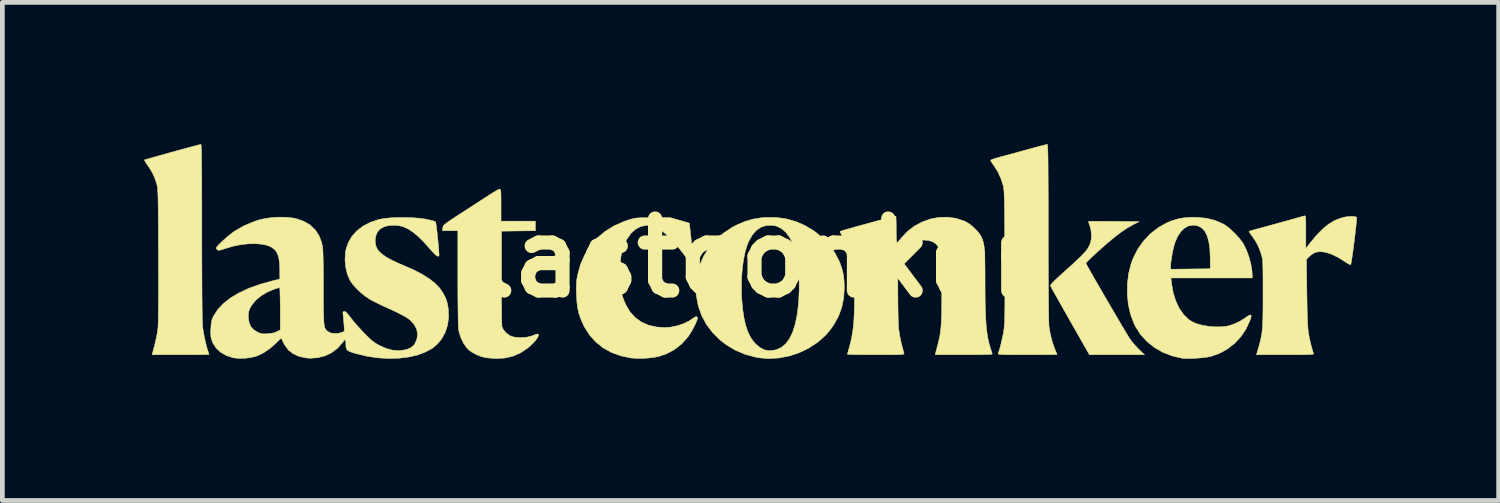
<source format=kicad_pcb>
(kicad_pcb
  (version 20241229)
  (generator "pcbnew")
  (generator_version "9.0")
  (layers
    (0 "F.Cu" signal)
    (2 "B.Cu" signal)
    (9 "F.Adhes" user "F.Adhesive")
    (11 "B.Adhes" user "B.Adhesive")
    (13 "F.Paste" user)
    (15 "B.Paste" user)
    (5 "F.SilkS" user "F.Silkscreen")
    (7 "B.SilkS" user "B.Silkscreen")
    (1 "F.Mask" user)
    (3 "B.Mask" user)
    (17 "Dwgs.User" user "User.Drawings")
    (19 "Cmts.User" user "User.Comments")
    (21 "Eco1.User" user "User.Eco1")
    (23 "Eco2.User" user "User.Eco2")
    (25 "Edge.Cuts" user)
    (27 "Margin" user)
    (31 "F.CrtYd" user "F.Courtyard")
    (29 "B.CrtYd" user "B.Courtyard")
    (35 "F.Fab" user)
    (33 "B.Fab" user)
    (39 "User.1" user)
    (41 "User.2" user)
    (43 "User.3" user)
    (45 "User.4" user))
  (footprint "lastconker"
    (layer "F.Cu")
    (at 12.957 2.41)
    (property "Reference" "lastconker" (at 0 0 0) (layer "F.SilkS") (effects (font (size 1.524 1.524) (thickness 0.3))))
    (attr through_hole)
    (fp_poly (pts (xy 7.378 -0.776) (xy 7.504 -0.775) (xy 7.571 -0.775) (xy 8.103 -0.77) (xy 7.963 -0.697) (xy 7.85 -0.633) (xy 7.731 -0.553) (xy 7.601 -0.454) (xy 7.454 -0.334) (xy 7.391 -0.279) (xy 7.309 -0.206) (xy 7.228 -0.134) (xy 7.152 -0.064) (xy 7.085 -0.001) (xy 7.031 0.051) (xy 6.994 0.089) (xy 6.977 0.108) (xy 6.977 0.11) (xy 6.985 0.128) (xy 7.008 0.171) (xy 7.045 0.237) (xy 7.094 0.323) (xy 7.152 0.425) (xy 7.218 0.539) (xy 7.29 0.663) (xy 7.366 0.794) (xy 7.443 0.927) (xy 7.521 1.061) (xy 7.597 1.19) (xy 7.67 1.314) (xy 7.736 1.427) (xy 7.796 1.527) (xy 7.846 1.61) (xy 7.884 1.674) (xy 7.91 1.714) (xy 7.913 1.719) (xy 7.958 1.778) (xy 8.017 1.848) (xy 8.08 1.916) (xy 8.099 1.935) (xy 8.218 2.049) (xy 7.635 2.049) (xy 7.053 2.049) (xy 6.646 1.335) (xy 6.565 1.192) (xy 6.489 1.057) (xy 6.419 0.934) (xy 6.358 0.825) (xy 6.306 0.733) (xy 6.266 0.662) (xy 6.24 0.614) (xy 6.229 0.592) (xy 6.228 0.591) (xy 6.23 0.578) (xy 6.245 0.555) (xy 6.275 0.52) (xy 6.323 0.473) (xy 6.39 0.409) (xy 6.479 0.328) (xy 6.58 0.237) (xy 6.702 0.127) (xy 6.801 0.035) (xy 6.88 -0.041) (xy 6.941 -0.105) (xy 6.987 -0.159) (xy 7.022 -0.208) (xy 7.048 -0.254) (xy 7.068 -0.3) (xy 7.072 -0.309) (xy 7.092 -0.401) (xy 7.095 -0.508) (xy 7.081 -0.615) (xy 7.062 -0.68) (xy 7.044 -0.729) (xy 7.034 -0.764) (xy 7.034 -0.774) (xy 7.051 -0.775) (xy 7.099 -0.776) (xy 7.172 -0.776) (xy 7.266 -0.777) (xy 7.378 -0.776)) (stroke (width 0.01) (type solid)) (fill yes) (layer "F.SilkS"))
    (fp_poly (pts (xy -5.421 -1.454) (xy -5.414 -1.444) (xy -5.408 -1.422) (xy -5.405 -1.384) (xy -5.403 -1.326) (xy -5.402 -1.242) (xy -5.402 -1.13) (xy -5.402 -1.118) (xy -5.402 -0.779) (xy -4.674 -0.779) (xy -4.674 -0.576) (xy -5.033 -0.572) (xy -5.393 -0.567) (xy -5.393 0.423) (xy -5.393 0.605) (xy -5.392 0.777) (xy -5.391 0.937) (xy -5.39 1.081) (xy -5.389 1.207) (xy -5.387 1.31) (xy -5.385 1.389) (xy -5.383 1.44) (xy -5.381 1.459) (xy -5.348 1.524) (xy -5.292 1.588) (xy -5.221 1.641) (xy -5.209 1.648) (xy -5.141 1.671) (xy -5.051 1.684) (xy -4.951 1.685) (xy -4.853 1.676) (xy -4.766 1.656) (xy -4.736 1.645) (xy -4.685 1.624) (xy -4.644 1.611) (xy -4.63 1.609) (xy -4.609 1.619) (xy -4.611 1.648) (xy -4.632 1.691) (xy -4.671 1.745) (xy -4.724 1.804) (xy -4.788 1.866) (xy -4.834 1.905) (xy -4.984 2.006) (xy -5.145 2.077) (xy -5.318 2.118) (xy -5.506 2.13) (xy -5.707 2.114) (xy -5.814 2.089) (xy -5.922 2.047) (xy -6.021 1.993) (xy -6.101 1.932) (xy -6.122 1.909) (xy -6.195 1.806) (xy -6.254 1.683) (xy -6.293 1.555) (xy -6.298 1.524) (xy -6.302 1.483) (xy -6.306 1.41) (xy -6.309 1.307) (xy -6.311 1.178) (xy -6.313 1.024) (xy -6.315 0.847) (xy -6.316 0.65) (xy -6.316 0.434) (xy -6.316 0.419) (xy -6.316 -0.576) (xy -6.478 -0.576) (xy -6.64 -0.576) (xy -6.635 -0.637) (xy -6.632 -0.655) (xy -6.626 -0.673) (xy -6.613 -0.691) (xy -6.591 -0.713) (xy -6.555 -0.741) (xy -6.502 -0.778) (xy -6.43 -0.827) (xy -6.335 -0.889) (xy -6.248 -0.946) (xy -6.078 -1.056) (xy -5.934 -1.149) (xy -5.815 -1.227) (xy -5.716 -1.29) (xy -5.637 -1.341) (xy -5.575 -1.38) (xy -5.527 -1.41) (xy -5.492 -1.43) (xy -5.467 -1.444) (xy -5.45 -1.452) (xy -5.439 -1.455) (xy -5.431 -1.456) (xy -5.421 -1.454)) (stroke (width 0.01) (type solid)) (fill yes) (layer "F.SilkS"))
    (fp_poly (pts (xy -11.751 -2.396) (xy -11.748 -2.37) (xy -11.746 -2.324) (xy -11.743 -2.258) (xy -11.741 -2.17) (xy -11.74 -2.058) (xy -11.738 -1.922) (xy -11.737 -1.76) (xy -11.736 -1.571) (xy -11.736 -1.353) (xy -11.735 -1.105) (xy -11.735 -0.826) (xy -11.735 -0.535) (xy -11.735 -0.213) (xy -11.734 0.083) (xy -11.733 0.354) (xy -11.732 0.598) (xy -11.731 0.813) (xy -11.729 1) (xy -11.727 1.158) (xy -11.725 1.285) (xy -11.722 1.38) (xy -11.719 1.444) (xy -11.717 1.468) (xy -11.701 1.57) (xy -11.68 1.683) (xy -11.655 1.794) (xy -11.63 1.893) (xy -11.608 1.964) (xy -11.593 2.009) (xy -11.583 2.038) (xy -11.582 2.043) (xy -11.599 2.044) (xy -11.645 2.045) (xy -11.718 2.047) (xy -11.813 2.048) (xy -11.927 2.048) (xy -12.055 2.049) (xy -12.186 2.049) (xy -12.789 2.049) (xy -12.778 2.011) (xy -12.731 1.836) (xy -12.697 1.688) (xy -12.673 1.559) (xy -12.665 1.491) (xy -12.661 1.44) (xy -12.658 1.358) (xy -12.656 1.243) (xy -12.654 1.099) (xy -12.653 0.926) (xy -12.652 0.725) (xy -12.652 0.498) (xy -12.652 0.246) (xy -12.653 -0.03) (xy -12.653 -0.068) (xy -12.654 -0.318) (xy -12.655 -0.536) (xy -12.656 -0.725) (xy -12.657 -0.888) (xy -12.658 -1.026) (xy -12.66 -1.141) (xy -12.661 -1.237) (xy -12.663 -1.316) (xy -12.666 -1.379) (xy -12.669 -1.43) (xy -12.672 -1.47) (xy -12.676 -1.502) (xy -12.681 -1.529) (xy -12.686 -1.552) (xy -12.692 -1.574) (xy -12.697 -1.589) (xy -12.734 -1.698) (xy -12.775 -1.79) (xy -12.827 -1.881) (xy -12.882 -1.961) (xy -12.917 -2.012) (xy -12.941 -2.052) (xy -12.951 -2.073) (xy -12.951 -2.074) (xy -12.934 -2.08) (xy -12.888 -2.094) (xy -12.819 -2.114) (xy -12.73 -2.139) (xy -12.626 -2.168) (xy -12.513 -2.2) (xy -12.393 -2.233) (xy -12.271 -2.267) (xy -12.153 -2.299) (xy -12.042 -2.329) (xy -11.943 -2.356) (xy -11.86 -2.378) (xy -11.799 -2.394) (xy -11.762 -2.403) (xy -11.754 -2.405) (xy -11.751 -2.396)) (stroke (width 0.01) (type solid)) (fill yes) (layer "F.SilkS"))
    (fp_poly (pts (xy 0.442 -0.856) (xy 0.65 -0.825) (xy 0.852 -0.765) (xy 1.024 -0.69) (xy 1.217 -0.576) (xy 1.39 -0.439) (xy 1.54 -0.282) (xy 1.666 -0.107) (xy 1.762 0.081) (xy 1.776 0.115) (xy 1.818 0.242) (xy 1.846 0.365) (xy 1.86 0.498) (xy 1.864 0.632) (xy 1.851 0.85) (xy 1.809 1.051) (xy 1.739 1.239) (xy 1.643 1.411) (xy 1.556 1.534) (xy 1.468 1.635) (xy 1.368 1.728) (xy 1.282 1.797) (xy 1.099 1.916) (xy 0.899 2.01) (xy 0.689 2.078) (xy 0.473 2.118) (xy 0.257 2.13) (xy 0.047 2.112) (xy -0.008 2.101) (xy -0.233 2.041) (xy -0.437 1.955) (xy -0.628 1.842) (xy -0.763 1.738) (xy -0.921 1.583) (xy -1.052 1.41) (xy -1.155 1.219) (xy -1.227 1.014) (xy -1.268 0.796) (xy -1.268 0.793) (xy -1.275 0.609) (xy -0.314 0.609) (xy -0.31 0.812) (xy -0.305 0.887) (xy -0.285 1.099) (xy -0.257 1.281) (xy -0.221 1.437) (xy -0.175 1.569) (xy -0.119 1.681) (xy -0.051 1.777) (xy -0.01 1.822) (xy 0.085 1.901) (xy 0.181 1.948) (xy 0.282 1.964) (xy 0.394 1.95) (xy 0.43 1.94) (xy 0.535 1.892) (xy 0.627 1.815) (xy 0.705 1.708) (xy 0.771 1.571) (xy 0.824 1.403) (xy 0.865 1.205) (xy 0.894 0.976) (xy 0.9 0.897) (xy 0.91 0.652) (xy 0.906 0.415) (xy 0.887 0.191) (xy 0.854 -0.015) (xy 0.809 -0.198) (xy 0.778 -0.288) (xy 0.711 -0.428) (xy 0.63 -0.54) (xy 0.537 -0.621) (xy 0.433 -0.673) (xy 0.337 -0.691) (xy 0.213 -0.686) (xy 0.103 -0.652) (xy 0.006 -0.588) (xy -0.078 -0.493) (xy -0.152 -0.367) (xy -0.193 -0.269) (xy -0.234 -0.133) (xy -0.268 0.029) (xy -0.293 0.211) (xy -0.309 0.407) (xy -0.314 0.609) (xy -1.275 0.609) (xy -1.277 0.572) (xy -1.253 0.359) (xy -1.198 0.155) (xy -1.113 -0.038) (xy -1 -0.217) (xy -0.86 -0.381) (xy -0.694 -0.526) (xy -0.503 -0.651) (xy -0.402 -0.703) (xy -0.232 -0.775) (xy -0.064 -0.823) (xy 0.115 -0.851) (xy 0.22 -0.858) (xy 0.442 -0.856)) (stroke (width 0.01) (type solid)) (fill yes) (layer "F.SilkS"))
    (fp_poly (pts (xy 9.347 -0.859) (xy 9.538 -0.839) (xy 9.71 -0.795) (xy 9.873 -0.725) (xy 9.906 -0.707) (xy 9.976 -0.659) (xy 10.057 -0.59) (xy 10.14 -0.51) (xy 10.218 -0.424) (xy 10.282 -0.343) (xy 10.31 -0.3) (xy 10.374 -0.172) (xy 10.428 -0.027) (xy 10.469 0.124) (xy 10.493 0.269) (xy 10.498 0.351) (xy 10.499 0.423) (xy 8.778 0.423) (xy 8.792 0.546) (xy 8.826 0.739) (xy 8.881 0.913) (xy 8.954 1.067) (xy 9.045 1.197) (xy 9.151 1.3) (xy 9.22 1.347) (xy 9.315 1.39) (xy 9.435 1.423) (xy 9.569 1.446) (xy 9.708 1.458) (xy 9.843 1.457) (xy 9.964 1.444) (xy 10.025 1.429) (xy 10.14 1.387) (xy 10.254 1.331) (xy 10.353 1.268) (xy 10.37 1.255) (xy 10.425 1.216) (xy 10.46 1.205) (xy 10.476 1.221) (xy 10.471 1.265) (xy 10.454 1.317) (xy 10.369 1.501) (xy 10.258 1.666) (xy 10.124 1.81) (xy 9.969 1.93) (xy 9.798 2.023) (xy 9.62 2.085) (xy 9.549 2.099) (xy 9.456 2.111) (xy 9.351 2.12) (xy 9.244 2.127) (xy 9.144 2.129) (xy 9.061 2.127) (xy 9.017 2.123) (xy 8.802 2.073) (xy 8.604 1.996) (xy 8.425 1.893) (xy 8.268 1.767) (xy 8.134 1.619) (xy 8.026 1.449) (xy 7.998 1.392) (xy 7.924 1.198) (xy 7.876 0.988) (xy 7.854 0.768) (xy 7.856 0.545) (xy 7.884 0.325) (xy 7.906 0.238) (xy 8.771 0.238) (xy 9.61 0.229) (xy 9.609 -0.008) (xy 9.601 -0.194) (xy 9.579 -0.35) (xy 9.542 -0.475) (xy 9.491 -0.572) (xy 9.424 -0.641) (xy 9.341 -0.681) (xy 9.244 -0.694) (xy 9.149 -0.678) (xy 9.061 -0.63) (xy 8.982 -0.552) (xy 8.914 -0.445) (xy 8.858 -0.312) (xy 8.858 -0.31) (xy 8.837 -0.236) (xy 8.816 -0.142) (xy 8.797 -0.041) (xy 8.782 0.056) (xy 8.773 0.138) (xy 8.772 0.174) (xy 8.771 0.238) (xy 7.906 0.238) (xy 7.937 0.115) (xy 7.978 0.006) (xy 8.075 -0.185) (xy 8.198 -0.359) (xy 8.344 -0.513) (xy 8.51 -0.642) (xy 8.691 -0.744) (xy 8.769 -0.777) (xy 8.91 -0.823) (xy 9.054 -0.85) (xy 9.211 -0.861) (xy 9.347 -0.859)) (stroke (width 0.01) (type solid)) (fill yes) (layer "F.SilkS"))
    (fp_poly (pts (xy -1.415 -0.737) (xy -1.377 -0.389) (xy -1.366 -0.28) (xy -1.355 -0.177) (xy -1.347 -0.087) (xy -1.341 -0.018) (xy -1.339 0.026) (xy -1.339 0.03) (xy -1.342 0.076) (xy -1.354 0.1) (xy -1.376 0.098) (xy -1.411 0.07) (xy -1.46 0.016) (xy -1.524 -0.065) (xy -1.541 -0.089) (xy -1.654 -0.232) (xy -1.767 -0.362) (xy -1.878 -0.473) (xy -1.981 -0.562) (xy -2.073 -0.626) (xy -2.104 -0.643) (xy -2.167 -0.672) (xy -2.216 -0.688) (xy -2.262 -0.693) (xy -2.321 -0.691) (xy -2.328 -0.69) (xy -2.448 -0.665) (xy -2.555 -0.609) (xy -2.65 -0.522) (xy -2.733 -0.404) (xy -2.77 -0.332) (xy -2.812 -0.233) (xy -2.843 -0.134) (xy -2.864 -0.028) (xy -2.877 0.094) (xy -2.883 0.237) (xy -2.884 0.313) (xy -2.881 0.473) (xy -2.872 0.607) (xy -2.854 0.723) (xy -2.826 0.83) (xy -2.786 0.934) (xy -2.758 0.996) (xy -2.671 1.142) (xy -2.562 1.262) (xy -2.433 1.355) (xy -2.283 1.422) (xy -2.114 1.461) (xy -1.94 1.473) (xy -1.803 1.463) (xy -1.662 1.433) (xy -1.529 1.387) (xy -1.411 1.328) (xy -1.34 1.278) (xy -1.295 1.249) (xy -1.261 1.243) (xy -1.243 1.259) (xy -1.245 1.291) (xy -1.275 1.368) (xy -1.318 1.46) (xy -1.37 1.554) (xy -1.423 1.639) (xy -1.446 1.671) (xy -1.577 1.818) (xy -1.729 1.937) (xy -1.898 2.028) (xy -2.063 2.085) (xy -2.168 2.105) (xy -2.292 2.119) (xy -2.424 2.126) (xy -2.55 2.125) (xy -2.654 2.117) (xy -2.87 2.071) (xy -3.067 1.999) (xy -3.243 1.901) (xy -3.397 1.777) (xy -3.529 1.63) (xy -3.638 1.458) (xy -3.667 1.398) (xy -3.717 1.281) (xy -3.754 1.173) (xy -3.779 1.062) (xy -3.795 0.941) (xy -3.804 0.797) (xy -3.805 0.77) (xy -3.808 0.659) (xy -3.807 0.572) (xy -3.803 0.498) (xy -3.794 0.429) (xy -3.78 0.355) (xy -3.718 0.132) (xy -3.627 -0.072) (xy -3.51 -0.257) (xy -3.367 -0.421) (xy -3.199 -0.562) (xy -3.007 -0.681) (xy -2.793 -0.775) (xy -2.698 -0.807) (xy -2.647 -0.822) (xy -2.602 -0.834) (xy -2.557 -0.842) (xy -2.506 -0.847) (xy -2.443 -0.851) (xy -2.362 -0.852) (xy -2.256 -0.853) (xy -2.184 -0.853) (xy -1.82 -0.854) (xy -1.415 -0.737)) (stroke (width 0.01) (type solid)) (fill yes) (layer "F.SilkS"))
    (fp_poly (pts (xy 6.164 -2.397) (xy 6.167 -2.372) (xy 6.17 -2.329) (xy 6.172 -2.266) (xy 6.174 -2.183) (xy 6.176 -2.077) (xy 6.177 -1.947) (xy 6.178 -1.792) (xy 6.179 -1.61) (xy 6.18 -1.4) (xy 6.181 -1.161) (xy 6.181 -0.891) (xy 6.181 -0.588) (xy 6.181 -0.538) (xy 6.181 -0.255) (xy 6.182 0.012) (xy 6.183 0.263) (xy 6.184 0.495) (xy 6.185 0.706) (xy 6.187 0.896) (xy 6.188 1.061) (xy 6.19 1.2) (xy 6.192 1.311) (xy 6.195 1.393) (xy 6.197 1.444) (xy 6.198 1.456) (xy 6.221 1.594) (xy 6.254 1.733) (xy 6.294 1.861) (xy 6.325 1.94) (xy 6.347 1.992) (xy 6.362 2.029) (xy 6.367 2.043) (xy 6.351 2.044) (xy 6.304 2.045) (xy 6.231 2.047) (xy 6.136 2.047) (xy 6.021 2.048) (xy 5.891 2.049) (xy 5.75 2.049) (xy 5.739 2.049) (xy 5.576 2.049) (xy 5.444 2.049) (xy 5.34 2.048) (xy 5.261 2.046) (xy 5.202 2.044) (xy 5.162 2.042) (xy 5.137 2.038) (xy 5.124 2.033) (xy 5.12 2.026) (xy 5.122 2.019) (xy 5.149 1.939) (xy 5.177 1.836) (xy 5.204 1.722) (xy 5.228 1.609) (xy 5.241 1.528) (xy 5.246 1.491) (xy 5.25 1.449) (xy 5.254 1.401) (xy 5.257 1.343) (xy 5.259 1.273) (xy 5.261 1.189) (xy 5.262 1.089) (xy 5.263 0.97) (xy 5.264 0.829) (xy 5.264 0.664) (xy 5.264 0.473) (xy 5.263 0.254) (xy 5.262 0.003) (xy 5.262 -0.034) (xy 5.261 -0.286) (xy 5.26 -0.507) (xy 5.258 -0.698) (xy 5.257 -0.863) (xy 5.256 -1.003) (xy 5.254 -1.12) (xy 5.252 -1.218) (xy 5.249 -1.298) (xy 5.247 -1.363) (xy 5.244 -1.415) (xy 5.24 -1.456) (xy 5.236 -1.489) (xy 5.231 -1.516) (xy 5.228 -1.531) (xy 5.18 -1.679) (xy 5.114 -1.824) (xy 5.034 -1.951) (xy 5.028 -1.959) (xy 4.994 -2.007) (xy 4.97 -2.045) (xy 4.961 -2.064) (xy 4.968 -2.073) (xy 4.988 -2.084) (xy 5.028 -2.098) (xy 5.089 -2.117) (xy 5.177 -2.141) (xy 5.275 -2.167) (xy 5.332 -2.183) (xy 5.415 -2.205) (xy 5.517 -2.233) (xy 5.629 -2.264) (xy 5.745 -2.295) (xy 5.775 -2.304) (xy 5.882 -2.333) (xy 5.978 -2.359) (xy 6.059 -2.38) (xy 6.119 -2.395) (xy 6.154 -2.404) (xy 6.161 -2.405) (xy 6.164 -2.397)) (stroke (width 0.01) (type solid)) (fill yes) (layer "F.SilkS"))
    (fp_poly (pts (xy 11.621 -0.885) (xy 11.626 -0.866) (xy 11.63 -0.831) (xy 11.632 -0.776) (xy 11.633 -0.697) (xy 11.633 -0.589) (xy 11.633 -0.55) (xy 11.633 -0.201) (xy 11.737 -0.333) (xy 11.867 -0.489) (xy 11.991 -0.614) (xy 12.111 -0.713) (xy 12.233 -0.787) (xy 12.359 -0.839) (xy 12.446 -0.863) (xy 12.517 -0.875) (xy 12.588 -0.88) (xy 12.649 -0.878) (xy 12.693 -0.87) (xy 12.71 -0.858) (xy 12.71 -0.835) (xy 12.706 -0.785) (xy 12.699 -0.711) (xy 12.689 -0.62) (xy 12.677 -0.516) (xy 12.664 -0.405) (xy 12.649 -0.292) (xy 12.635 -0.182) (xy 12.621 -0.08) (xy 12.608 0.008) (xy 12.597 0.078) (xy 12.588 0.124) (xy 12.583 0.141) (xy 12.564 0.138) (xy 12.525 0.119) (xy 12.474 0.088) (xy 12.461 0.079) (xy 12.315 -0.013) (xy 12.178 -0.079) (xy 12.054 -0.12) (xy 11.943 -0.134) (xy 11.848 -0.122) (xy 11.789 -0.095) (xy 11.739 -0.059) (xy 11.694 -0.019) (xy 11.686 -0.011) (xy 11.646 0.032) (xy 11.655 0.731) (xy 11.658 0.929) (xy 11.661 1.096) (xy 11.665 1.236) (xy 11.669 1.351) (xy 11.675 1.445) (xy 11.681 1.521) (xy 11.688 1.582) (xy 11.691 1.598) (xy 11.71 1.703) (xy 11.735 1.814) (xy 11.763 1.919) (xy 11.79 2.006) (xy 11.797 2.026) (xy 11.795 2.032) (xy 11.781 2.037) (xy 11.753 2.041) (xy 11.707 2.044) (xy 11.64 2.046) (xy 11.55 2.048) (xy 11.433 2.048) (xy 11.288 2.049) (xy 11.197 2.049) (xy 10.588 2.049) (xy 10.629 1.909) (xy 10.652 1.828) (xy 10.671 1.755) (xy 10.686 1.686) (xy 10.699 1.617) (xy 10.709 1.542) (xy 10.716 1.46) (xy 10.721 1.364) (xy 10.724 1.251) (xy 10.726 1.117) (xy 10.727 0.958) (xy 10.727 0.77) (xy 10.727 0.754) (xy 10.727 0.579) (xy 10.727 0.436) (xy 10.726 0.319) (xy 10.725 0.225) (xy 10.723 0.15) (xy 10.721 0.092) (xy 10.717 0.046) (xy 10.712 0.009) (xy 10.705 -0.022) (xy 10.697 -0.052) (xy 10.688 -0.084) (xy 10.688 -0.084) (xy 10.642 -0.213) (xy 10.589 -0.323) (xy 10.523 -0.426) (xy 10.5 -0.457) (xy 10.466 -0.505) (xy 10.441 -0.541) (xy 10.431 -0.559) (xy 10.431 -0.559) (xy 10.446 -0.568) (xy 10.486 -0.582) (xy 10.541 -0.598) (xy 10.545 -0.599) (xy 10.587 -0.61) (xy 10.655 -0.628) (xy 10.742 -0.652) (xy 10.845 -0.68) (xy 10.957 -0.711) (xy 11.075 -0.744) (xy 11.192 -0.776) (xy 11.304 -0.807) (xy 11.405 -0.835) (xy 11.491 -0.859) (xy 11.557 -0.878) (xy 11.597 -0.889) (xy 11.604 -0.891) (xy 11.614 -0.892) (xy 11.621 -0.885)) (stroke (width 0.01) (type solid)) (fill yes) (layer "F.SilkS"))
    (fp_poly (pts (xy 2.958 -0.864) (xy 2.96 -0.817) (xy 2.962 -0.748) (xy 2.963 -0.663) (xy 2.963 -0.598) (xy 2.964 -0.506) (xy 2.966 -0.426) (xy 2.97 -0.366) (xy 2.974 -0.33) (xy 2.977 -0.322) (xy 2.994 -0.334) (xy 3.025 -0.367) (xy 3.065 -0.414) (xy 3.079 -0.432) (xy 3.208 -0.567) (xy 3.356 -0.679) (xy 3.518 -0.765) (xy 3.69 -0.826) (xy 3.868 -0.859) (xy 4.048 -0.864) (xy 4.225 -0.839) (xy 4.396 -0.784) (xy 4.431 -0.768) (xy 4.507 -0.723) (xy 4.588 -0.658) (xy 4.665 -0.584) (xy 4.727 -0.509) (xy 4.756 -0.462) (xy 4.776 -0.419) (xy 4.793 -0.377) (xy 4.807 -0.331) (xy 4.818 -0.278) (xy 4.827 -0.214) (xy 4.833 -0.137) (xy 4.838 -0.041) (xy 4.84 0.075) (xy 4.842 0.217) (xy 4.843 0.387) (xy 4.843 0.491) (xy 4.844 0.732) (xy 4.846 0.942) (xy 4.851 1.125) (xy 4.858 1.284) (xy 4.867 1.422) (xy 4.879 1.543) (xy 4.894 1.649) (xy 4.912 1.745) (xy 4.934 1.832) (xy 4.959 1.915) (xy 4.963 1.926) (xy 4.98 1.979) (xy 4.992 2.019) (xy 4.995 2.035) (xy 4.979 2.038) (xy 4.933 2.041) (xy 4.86 2.044) (xy 4.765 2.046) (xy 4.651 2.048) (xy 4.522 2.049) (xy 4.392 2.049) (xy 3.789 2.049) (xy 3.797 2.011) (xy 3.805 1.979) (xy 3.82 1.923) (xy 3.838 1.853) (xy 3.85 1.808) (xy 3.869 1.731) (xy 3.885 1.655) (xy 3.898 1.574) (xy 3.908 1.486) (xy 3.916 1.386) (xy 3.921 1.271) (xy 3.925 1.138) (xy 3.926 0.982) (xy 3.927 0.799) (xy 3.926 0.587) (xy 3.925 0.574) (xy 3.92 -0.13) (xy 3.869 -0.213) (xy 3.813 -0.287) (xy 3.748 -0.337) (xy 3.667 -0.366) (xy 3.564 -0.378) (xy 3.519 -0.379) (xy 3.441 -0.377) (xy 3.384 -0.37) (xy 3.334 -0.356) (xy 3.277 -0.332) (xy 3.262 -0.324) (xy 3.191 -0.283) (xy 3.121 -0.232) (xy 3.075 -0.191) (xy 2.997 -0.113) (xy 2.997 0.613) (xy 2.998 0.774) (xy 2.999 0.93) (xy 3.001 1.078) (xy 3.003 1.212) (xy 3.006 1.327) (xy 3.01 1.42) (xy 3.013 1.485) (xy 3.015 1.504) (xy 3.037 1.647) (xy 3.073 1.814) (xy 3.122 1.998) (xy 3.128 2.019) (xy 3.128 2.027) (xy 3.123 2.033) (xy 3.108 2.038) (xy 3.081 2.042) (xy 3.038 2.045) (xy 2.977 2.047) (xy 2.893 2.048) (xy 2.784 2.049) (xy 2.647 2.049) (xy 2.534 2.049) (xy 2.394 2.049) (xy 2.267 2.048) (xy 2.154 2.046) (xy 2.06 2.045) (xy 1.989 2.043) (xy 1.945 2.04) (xy 1.93 2.038) (xy 1.935 2.017) (xy 1.947 1.974) (xy 1.963 1.917) (xy 1.964 1.915) (xy 1.998 1.787) (xy 2.026 1.654) (xy 2.048 1.513) (xy 2.064 1.359) (xy 2.074 1.186) (xy 2.079 0.992) (xy 2.08 0.772) (xy 2.078 0.617) (xy 2.076 0.467) (xy 2.073 0.347) (xy 2.069 0.25) (xy 2.065 0.174) (xy 2.06 0.112) (xy 2.053 0.061) (xy 2.045 0.015) (xy 2.034 -0.03) (xy 2.034 -0.031) (xy 1.977 -0.204) (xy 1.9 -0.361) (xy 1.827 -0.468) (xy 1.795 -0.512) (xy 1.776 -0.546) (xy 1.774 -0.561) (xy 1.794 -0.569) (xy 1.841 -0.584) (xy 1.911 -0.605) (xy 2.001 -0.63) (xy 2.104 -0.66) (xy 2.218 -0.691) (xy 2.337 -0.724) (xy 2.458 -0.757) (xy 2.574 -0.788) (xy 2.683 -0.817) (xy 2.78 -0.842) (xy 2.859 -0.863) (xy 2.917 -0.877) (xy 2.95 -0.883) (xy 2.955 -0.883) (xy 2.958 -0.864)) (stroke (width 0.01) (type solid)) (fill yes) (layer "F.SilkS"))
    (fp_poly (pts (xy -9.933 -0.86) (xy -9.796 -0.844) (xy -9.736 -0.832) (xy -9.579 -0.777) (xy -9.446 -0.699) (xy -9.338 -0.599) (xy -9.256 -0.476) (xy -9.2 -0.333) (xy -9.179 -0.237) (xy -9.175 -0.194) (xy -9.171 -0.12) (xy -9.168 -0.019) (xy -9.165 0.106) (xy -9.163 0.253) (xy -9.162 0.417) (xy -9.161 0.595) (xy -9.161 0.643) (xy -9.161 0.834) (xy -9.161 0.994) (xy -9.159 1.125) (xy -9.157 1.232) (xy -9.154 1.318) (xy -9.149 1.384) (xy -9.142 1.435) (xy -9.132 1.473) (xy -9.119 1.502) (xy -9.104 1.523) (xy -9.085 1.542) (xy -9.062 1.559) (xy -9.054 1.565) (xy -8.997 1.59) (xy -8.922 1.6) (xy -8.842 1.595) (xy -8.774 1.576) (xy -8.717 1.552) (xy -8.728 1.381) (xy -8.734 1.305) (xy -8.74 1.238) (xy -8.746 1.191) (xy -8.749 1.175) (xy -8.746 1.143) (xy -8.724 1.131) (xy -8.705 1.133) (xy -8.68 1.151) (xy -8.644 1.189) (xy -8.595 1.25) (xy -8.576 1.276) (xy -8.518 1.349) (xy -8.445 1.434) (xy -8.365 1.522) (xy -8.288 1.603) (xy -8.281 1.61) (xy -8.202 1.688) (xy -8.138 1.746) (xy -8.081 1.79) (xy -8.024 1.826) (xy -7.964 1.858) (xy -7.826 1.918) (xy -7.699 1.952) (xy -7.575 1.962) (xy -7.516 1.959) (xy -7.404 1.939) (xy -7.312 1.901) (xy -7.247 1.847) (xy -7.23 1.824) (xy -7.183 1.719) (xy -7.168 1.614) (xy -7.187 1.511) (xy -7.237 1.413) (xy -7.318 1.322) (xy -7.38 1.273) (xy -7.429 1.243) (xy -7.502 1.203) (xy -7.59 1.158) (xy -7.688 1.112) (xy -7.759 1.079) (xy -7.861 1.033) (xy -7.963 0.985) (xy -8.057 0.939) (xy -8.134 0.9) (xy -8.171 0.879) (xy -8.272 0.813) (xy -8.374 0.73) (xy -8.469 0.639) (xy -8.548 0.547) (xy -8.599 0.473) (xy -8.654 0.346) (xy -8.689 0.201) (xy -8.704 0.046) (xy -8.696 -0.107) (xy -8.685 -0.173) (xy -8.637 -0.32) (xy -8.56 -0.454) (xy -8.455 -0.572) (xy -8.325 -0.672) (xy -8.173 -0.752) (xy -7.999 -0.811) (xy -7.942 -0.824) (xy -7.839 -0.84) (xy -7.712 -0.851) (xy -7.569 -0.856) (xy -7.419 -0.856) (xy -7.271 -0.851) (xy -7.133 -0.841) (xy -7.014 -0.825) (xy -6.97 -0.817) (xy -6.898 -0.8) (xy -6.839 -0.785) (xy -6.8 -0.772) (xy -6.789 -0.767) (xy -6.783 -0.747) (xy -6.776 -0.699) (xy -6.766 -0.629) (xy -6.756 -0.545) (xy -6.746 -0.451) (xy -6.736 -0.355) (xy -6.728 -0.262) (xy -6.721 -0.178) (xy -6.716 -0.111) (xy -6.714 -0.065) (xy -6.716 -0.048) (xy -6.731 -0.035) (xy -6.755 -0.041) (xy -6.789 -0.066) (xy -6.837 -0.114) (xy -6.902 -0.187) (xy -6.908 -0.194) (xy -7.037 -0.338) (xy -7.154 -0.454) (xy -7.262 -0.545) (xy -7.363 -0.612) (xy -7.461 -0.657) (xy -7.56 -0.684) (xy -7.634 -0.692) (xy -7.768 -0.688) (xy -7.878 -0.661) (xy -7.963 -0.611) (xy -8.024 -0.54) (xy -8.058 -0.448) (xy -8.066 -0.363) (xy -8.059 -0.285) (xy -8.035 -0.214) (xy -7.992 -0.148) (xy -7.927 -0.085) (xy -7.838 -0.022) (xy -7.723 0.042) (xy -7.578 0.111) (xy -7.459 0.161) (xy -7.25 0.253) (xy -7.073 0.345) (xy -6.925 0.437) (xy -6.804 0.531) (xy -6.708 0.63) (xy -6.634 0.735) (xy -6.625 0.75) (xy -6.582 0.833) (xy -6.552 0.91) (xy -6.532 0.993) (xy -6.518 1.084) (xy -6.511 1.256) (xy -6.533 1.42) (xy -6.582 1.573) (xy -6.657 1.711) (xy -6.756 1.83) (xy -6.857 1.913) (xy -7.004 1.993) (xy -7.175 2.056) (xy -7.366 2.099) (xy -7.572 2.123) (xy -7.79 2.128) (xy -8.015 2.114) (xy -8.243 2.079) (xy -8.47 2.025) (xy -8.536 2.005) (xy -8.606 1.981) (xy -8.65 1.956) (xy -8.674 1.923) (xy -8.685 1.872) (xy -8.687 1.797) (xy -8.687 1.793) (xy -8.69 1.751) (xy -8.698 1.729) (xy -8.7 1.727) (xy -8.717 1.74) (xy -8.745 1.773) (xy -8.767 1.802) (xy -8.867 1.915) (xy -8.989 2.006) (xy -9.128 2.072) (xy -9.28 2.111) (xy -9.44 2.123) (xy -9.531 2.116) (xy -9.679 2.083) (xy -9.804 2.026) (xy -9.906 1.945) (xy -9.984 1.838) (xy -10.007 1.793) (xy -10.03 1.743) (xy -10.046 1.708) (xy -10.052 1.696) (xy -10.065 1.705) (xy -10.095 1.733) (xy -10.138 1.775) (xy -10.163 1.8) (xy -10.293 1.916) (xy -10.43 2.009) (xy -10.568 2.074) (xy -10.599 2.085) (xy -10.708 2.11) (xy -10.83 2.124) (xy -10.951 2.126) (xy -11.057 2.115) (xy -11.074 2.112) (xy -11.217 2.065) (xy -11.336 1.997) (xy -11.431 1.909) (xy -11.5 1.803) (xy -11.514 1.768) (xy -11.532 1.715) (xy -11.543 1.666) (xy -11.547 1.609) (xy -11.546 1.534) (xy -11.544 1.499) (xy -11.539 1.414) (xy -11.532 1.353) (xy -11.518 1.302) (xy -11.497 1.252) (xy -11.495 1.247) (xy -10.751 1.247) (xy -10.75 1.269) (xy -10.733 1.375) (xy -10.695 1.458) (xy -10.631 1.524) (xy -10.563 1.566) (xy -10.511 1.59) (xy -10.466 1.603) (xy -10.414 1.607) (xy -10.346 1.604) (xy -10.237 1.591) (xy -10.154 1.564) (xy -10.147 1.56) (xy -10.075 1.523) (xy -10.075 1.075) (xy -10.076 0.956) (xy -10.077 0.848) (xy -10.08 0.757) (xy -10.082 0.687) (xy -10.086 0.642) (xy -10.09 0.627) (xy -10.112 0.632) (xy -10.156 0.645) (xy -10.202 0.66) (xy -10.35 0.723) (xy -10.482 0.802) (xy -10.592 0.894) (xy -10.676 0.995) (xy -10.715 1.064) (xy -10.739 1.124) (xy -10.75 1.18) (xy -10.751 1.247) (xy -11.495 1.247) (xy -11.485 1.227) (xy -11.397 1.091) (xy -11.278 0.964) (xy -11.128 0.846) (xy -10.947 0.739) (xy -10.738 0.642) (xy -10.501 0.557) (xy -10.271 0.493) (xy -10.084 0.446) (xy -10.085 0.235) (xy -10.091 0.106) (xy -10.105 0.003) (xy -10.129 -0.078) (xy -10.166 -0.144) (xy -10.196 -0.18) (xy -10.266 -0.232) (xy -10.362 -0.27) (xy -10.48 -0.293) (xy -10.615 -0.303) (xy -10.763 -0.298) (xy -10.919 -0.28) (xy -11.079 -0.247) (xy -11.232 -0.201) (xy -11.307 -0.177) (xy -11.357 -0.164) (xy -11.388 -0.163) (xy -11.406 -0.17) (xy -11.427 -0.198) (xy -11.43 -0.212) (xy -11.418 -0.234) (xy -11.384 -0.273) (xy -11.334 -0.323) (xy -11.272 -0.38) (xy -11.206 -0.439) (xy -11.138 -0.495) (xy -11.075 -0.543) (xy -11.043 -0.566) (xy -10.84 -0.682) (xy -10.615 -0.776) (xy -10.522 -0.806) (xy -10.391 -0.836) (xy -10.241 -0.856) (xy -10.085 -0.864) (xy -9.933 -0.86)) (stroke (width 0.01) (type solid)) (fill yes) (layer "F.SilkS")))
  (gr_rect
    (start -3 -3)
    (end 28.672 7.544)
    (stroke (width 0.1) (type default))
    (fill no)
    (layer "Edge.Cuts")))
</source>
